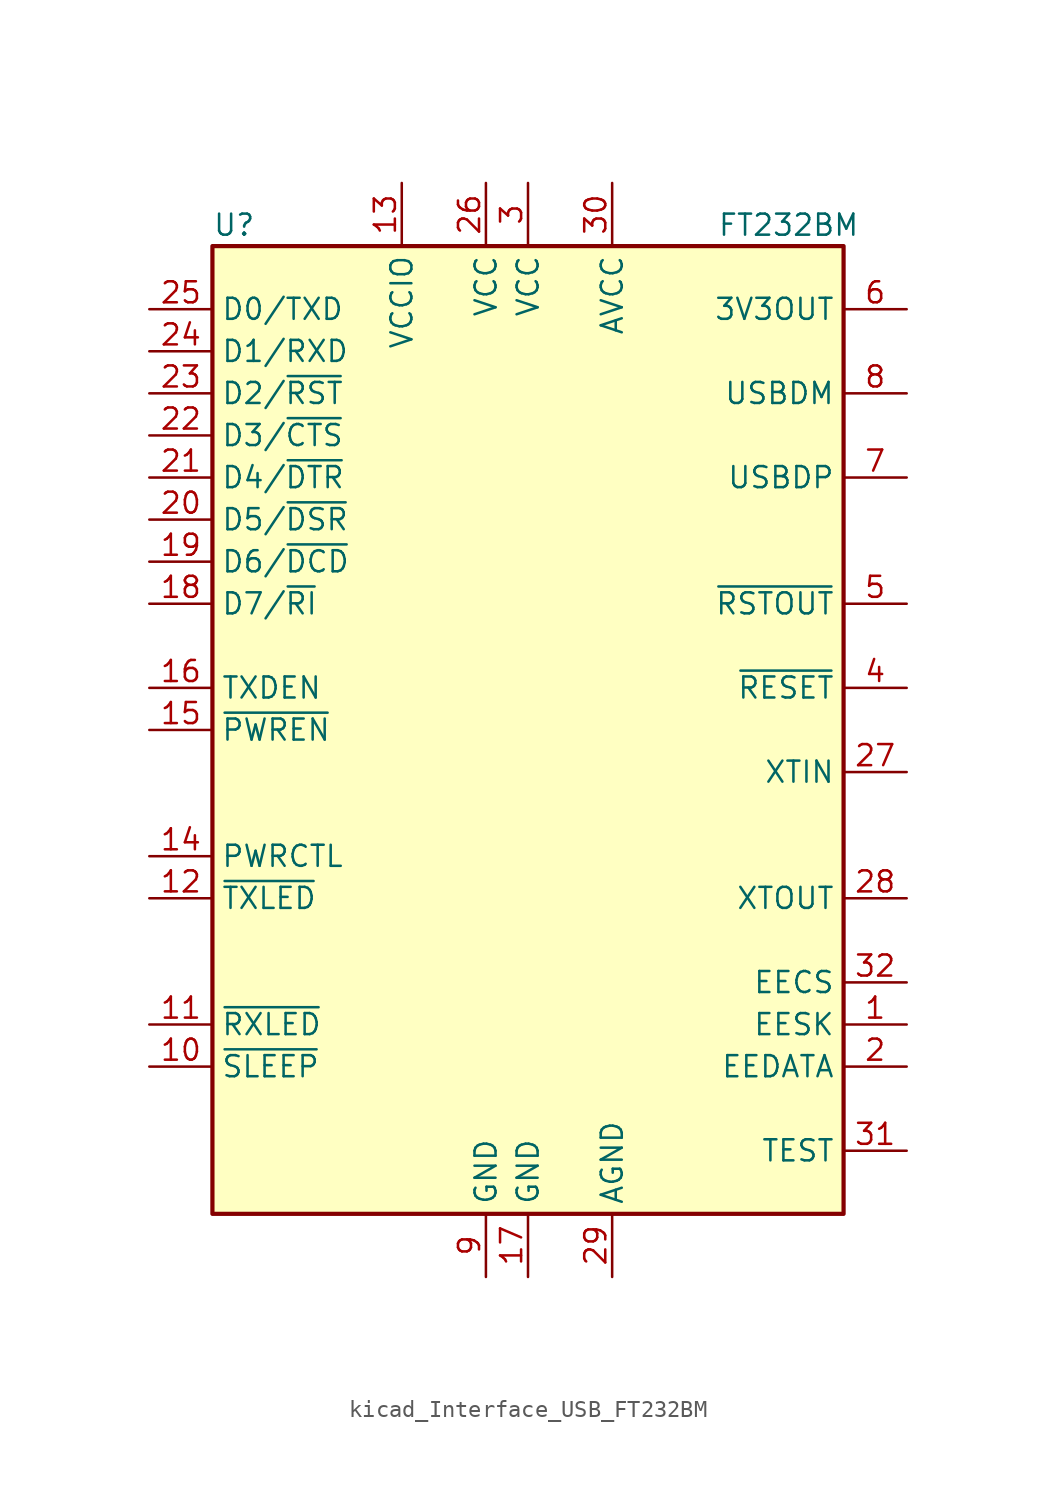
<source format=kicad_sym>
(kicad_symbol_lib
  (version 20220914)
  (generator kicad_symbol_editor)
  (symbol "kicad_Interface_USB_FT232BM"
    (property "Reference" "U"
      (at -19.05 30.48 0)
      (effects (font (size 1.27 1.27)) (justify left)))
    (property "Value" "FT232BM"
      (at 11.43 30.48 0)
      (effects (font (size 1.27 1.27)) (justify left)))
    (symbol "kicad_Interface_USB_FT232BM_0_1"
      (rectangle (start -19.05 29.21) (end 19.05 -29.21) (stroke (width 0.254) (type default)) (fill (type background))))
    (symbol "kicad_Interface_USB_FT232BM_1_1"
      (pin output line (at 22.86 -17.78 180) (length 3.81) (name "EESK" (effects (font (size 1.27 1.27)))) (number "1" (effects (font (size 1.27 1.27)))))
      (pin output line (at -22.86 -20.32 0) (length 3.81) (name "~{SLEEP}" (effects (font (size 1.27 1.27)))) (number "10" (effects (font (size 1.27 1.27)))))
      (pin open_collector line (at -22.86 -17.78 0) (length 3.81) (name "~{RXLED}" (effects (font (size 1.27 1.27)))) (number "11" (effects (font (size 1.27 1.27)))))
      (pin open_collector line (at -22.86 -10.16 0) (length 3.81) (name "~{TXLED}" (effects (font (size 1.27 1.27)))) (number "12" (effects (font (size 1.27 1.27)))))
      (pin power_in line (at -7.62 33.02 270) (length 3.81) (name "VCCIO" (effects (font (size 1.27 1.27)))) (number "13" (effects (font (size 1.27 1.27)))))
      (pin input line (at -22.86 -7.62 0) (length 3.81) (name "PWRCTL" (effects (font (size 1.27 1.27)))) (number "14" (effects (font (size 1.27 1.27)))))
      (pin output line (at -22.86 0 0) (length 3.81) (name "~{PWREN}" (effects (font (size 1.27 1.27)))) (number "15" (effects (font (size 1.27 1.27)))))
      (pin output line (at -22.86 2.54 0) (length 3.81) (name "TXDEN" (effects (font (size 1.27 1.27)))) (number "16" (effects (font (size 1.27 1.27)))))
      (pin power_in line (at 0 -33.02 90) (length 3.81) (name "GND" (effects (font (size 1.27 1.27)))) (number "17" (effects (font (size 1.27 1.27)))))
      (pin bidirectional line (at -22.86 7.62 0) (length 3.81) (name "D7/~{RI}" (effects (font (size 1.27 1.27)))) (number "18" (effects (font (size 1.27 1.27)))))
      (pin bidirectional line (at -22.86 10.16 0) (length 3.81) (name "D6/~{DCD}" (effects (font (size 1.27 1.27)))) (number "19" (effects (font (size 1.27 1.27)))))
      (pin bidirectional line (at 22.86 -20.32 180) (length 3.81) (name "EEDATA" (effects (font (size 1.27 1.27)))) (number "2" (effects (font (size 1.27 1.27)))))
      (pin bidirectional line (at -22.86 12.7 0) (length 3.81) (name "D5/~{DSR}" (effects (font (size 1.27 1.27)))) (number "20" (effects (font (size 1.27 1.27)))))
      (pin bidirectional line (at -22.86 15.24 0) (length 3.81) (name "D4/~{DTR}" (effects (font (size 1.27 1.27)))) (number "21" (effects (font (size 1.27 1.27)))))
      (pin bidirectional line (at -22.86 17.78 0) (length 3.81) (name "D3/~{CTS}" (effects (font (size 1.27 1.27)))) (number "22" (effects (font (size 1.27 1.27)))))
      (pin bidirectional line (at -22.86 20.32 0) (length 3.81) (name "D2/~{RST}" (effects (font (size 1.27 1.27)))) (number "23" (effects (font (size 1.27 1.27)))))
      (pin bidirectional line (at -22.86 22.86 0) (length 3.81) (name "D1/RXD" (effects (font (size 1.27 1.27)))) (number "24" (effects (font (size 1.27 1.27)))))
      (pin bidirectional line (at -22.86 25.4 0) (length 3.81) (name "D0/TXD" (effects (font (size 1.27 1.27)))) (number "25" (effects (font (size 1.27 1.27)))))
      (pin power_in line (at -2.54 33.02 270) (length 3.81) (name "VCC" (effects (font (size 1.27 1.27)))) (number "26" (effects (font (size 1.27 1.27)))))
      (pin input line (at 22.86 -2.54 180) (length 3.81) (name "XTIN" (effects (font (size 1.27 1.27)))) (number "27" (effects (font (size 1.27 1.27)))))
      (pin output line (at 22.86 -10.16 180) (length 3.81) (name "XTOUT" (effects (font (size 1.27 1.27)))) (number "28" (effects (font (size 1.27 1.27)))))
      (pin power_in line (at 5.08 -33.02 90) (length 3.81) (name "AGND" (effects (font (size 1.27 1.27)))) (number "29" (effects (font (size 1.27 1.27)))))
      (pin power_in line (at 0 33.02 270) (length 3.81) (name "VCC" (effects (font (size 1.27 1.27)))) (number "3" (effects (font (size 1.27 1.27)))))
      (pin power_in line (at 5.08 33.02 270) (length 3.81) (name "AVCC" (effects (font (size 1.27 1.27)))) (number "30" (effects (font (size 1.27 1.27)))))
      (pin input line (at 22.86 -25.4 180) (length 3.81) (name "TEST" (effects (font (size 1.27 1.27)))) (number "31" (effects (font (size 1.27 1.27)))))
      (pin bidirectional line (at 22.86 -15.24 180) (length 3.81) (name "EECS" (effects (font (size 1.27 1.27)))) (number "32" (effects (font (size 1.27 1.27)))))
      (pin input line (at 22.86 2.54 180) (length 3.81) (name "~{RESET}" (effects (font (size 1.27 1.27)))) (number "4" (effects (font (size 1.27 1.27)))))
      (pin output line (at 22.86 7.62 180) (length 3.81) (name "~{RSTOUT}" (effects (font (size 1.27 1.27)))) (number "5" (effects (font (size 1.27 1.27)))))
      (pin power_out line (at 22.86 25.4 180) (length 3.81) (name "3V3OUT" (effects (font (size 1.27 1.27)))) (number "6" (effects (font (size 1.27 1.27)))))
      (pin bidirectional line (at 22.86 15.24 180) (length 3.81) (name "USBDP" (effects (font (size 1.27 1.27)))) (number "7" (effects (font (size 1.27 1.27)))))
      (pin bidirectional line (at 22.86 20.32 180) (length 3.81) (name "USBDM" (effects (font (size 1.27 1.27)))) (number "8" (effects (font (size 1.27 1.27)))))
      (pin power_in line (at -2.54 -33.02 90) (length 3.81) (name "GND" (effects (font (size 1.27 1.27)))) (number "9" (effects (font (size 1.27 1.27))))))))
</source>
